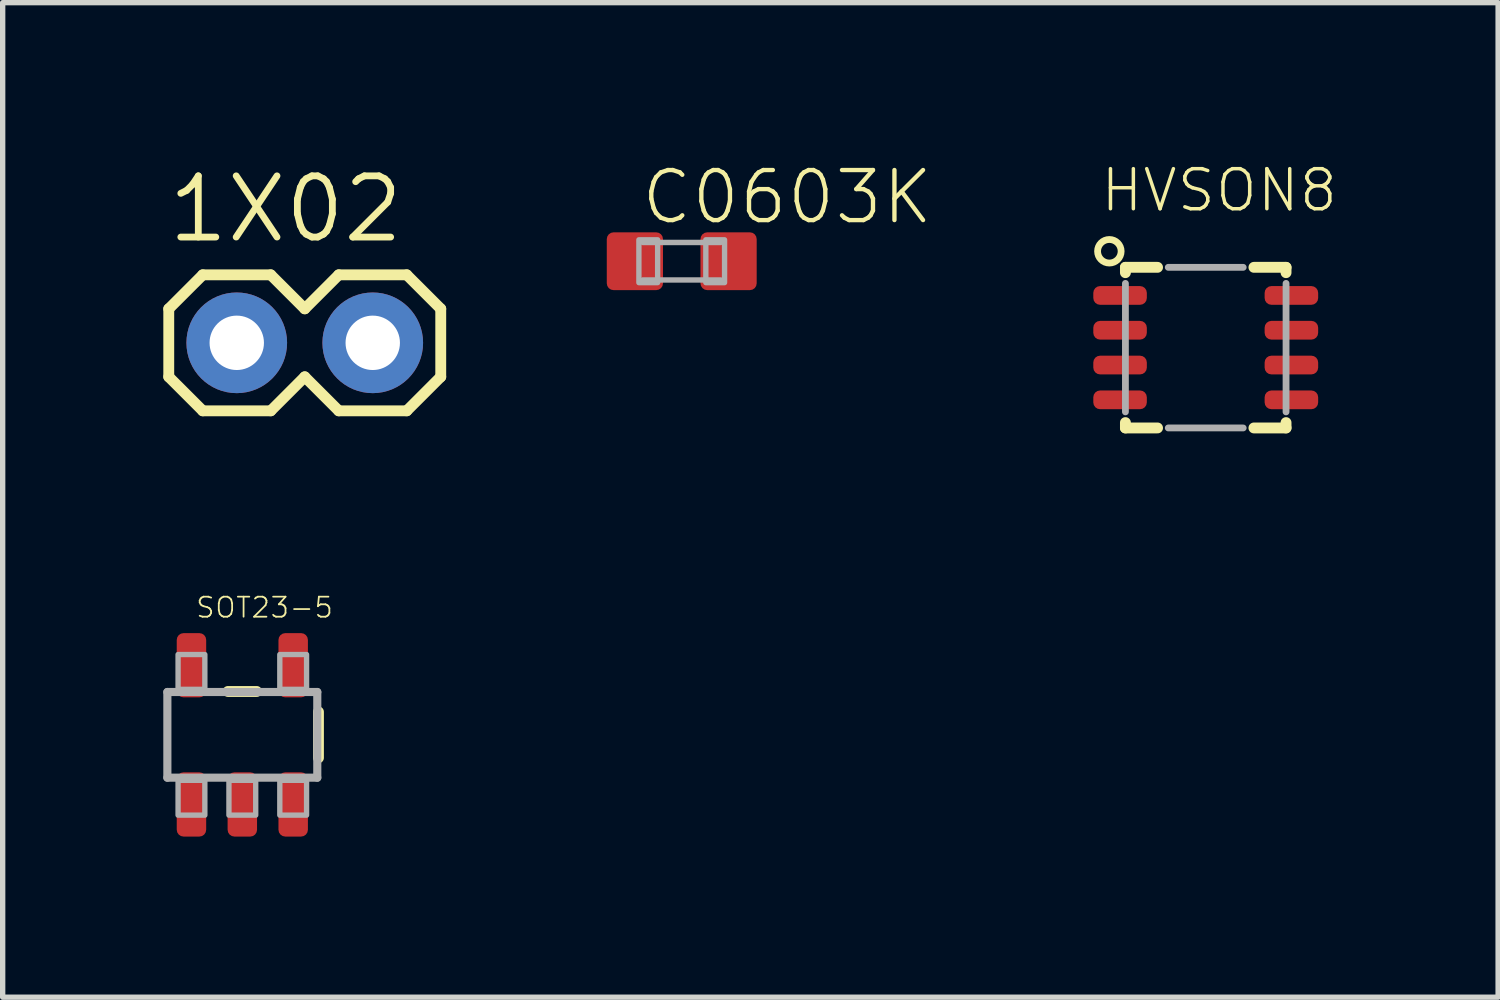
<source format=kicad_pcb>
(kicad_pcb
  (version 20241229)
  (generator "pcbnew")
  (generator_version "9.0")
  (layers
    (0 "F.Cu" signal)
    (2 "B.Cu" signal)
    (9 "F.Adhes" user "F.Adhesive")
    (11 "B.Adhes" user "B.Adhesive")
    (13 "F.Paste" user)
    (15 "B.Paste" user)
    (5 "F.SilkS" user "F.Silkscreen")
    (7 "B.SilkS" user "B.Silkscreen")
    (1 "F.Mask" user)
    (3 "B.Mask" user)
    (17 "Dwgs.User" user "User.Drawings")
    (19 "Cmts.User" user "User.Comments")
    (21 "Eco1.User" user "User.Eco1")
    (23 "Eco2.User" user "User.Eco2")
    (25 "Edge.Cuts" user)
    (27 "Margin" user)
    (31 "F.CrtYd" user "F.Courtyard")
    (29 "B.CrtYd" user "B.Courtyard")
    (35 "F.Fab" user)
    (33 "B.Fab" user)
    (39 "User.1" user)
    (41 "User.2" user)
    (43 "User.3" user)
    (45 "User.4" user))
  (footprint "SOT23-5"
    (layer "F.Cu")
    (at 1.476 10.675)
    (property "Reference" "SOT23-5" (at -0.889 -2.159 0) (layer "F.SilkS") (effects (font (size 0.374 0.374) (thickness 0.033)) (justify left bottom)))
    (fp_line (start -0.268 -0.81) (end 0.268 -0.81) (stroke (width 0.203) (type solid)) (layer "F.SilkS"))
    (fp_line (start 1.422 -0.429) (end 1.422 0.429) (stroke (width 0.203) (type solid)) (layer "F.SilkS"))
    (fp_line (start -1.4 -0.8) (end -1.4 0.8) (stroke (width 0.152) (type solid)) (layer "F.Fab"))
    (fp_line (start -1.4 -0.8) (end 1.4 -0.8) (stroke (width 0.152) (type solid)) (layer "F.Fab"))
    (fp_line (start 1.4 -0.8) (end 1.4 0.8) (stroke (width 0.152) (type solid)) (layer "F.Fab"))
    (fp_line (start 1.4 0.8) (end -1.4 0.8) (stroke (width 0.152) (type solid)) (layer "F.Fab"))
    (fp_poly (pts (xy -1.2 -0.85) (xy -0.7 -0.85) (xy -0.7 -1.5) (xy -1.2 -1.5)) (stroke (width 0.1) (type solid)) (fill no) (layer "F.Fab"))
    (fp_poly (pts (xy -1.2 1.5) (xy -0.7 1.5) (xy -0.7 0.85) (xy -1.2 0.85)) (stroke (width 0.1) (type solid)) (fill no) (layer "F.Fab"))
    (fp_poly (pts (xy -0.25 1.5) (xy 0.25 1.5) (xy 0.25 0.85) (xy -0.25 0.85)) (stroke (width 0.1) (type solid)) (fill no) (layer "F.Fab"))
    (fp_poly (pts (xy 0.7 -0.85) (xy 1.2 -0.85) (xy 1.2 -1.5) (xy 0.7 -1.5)) (stroke (width 0.1) (type solid)) (fill no) (layer "F.Fab"))
    (fp_poly (pts (xy 0.7 1.5) (xy 1.2 1.5) (xy 1.2 0.85) (xy 0.7 0.85)) (stroke (width 0.1) (type solid)) (fill no) (layer "F.Fab"))
    (pad "1" smd roundrect (at -0.95 1.3) (size 0.55 1.2) (layers "F.Cu" "F.Mask" "F.Paste") (roundrect_rratio 0.231))
    (pad "2" smd roundrect (at 0 1.3) (size 0.55 1.2) (layers "F.Cu" "F.Mask" "F.Paste") (roundrect_rratio 0.231))
    (pad "3" smd roundrect (at 0.95 1.3) (size 0.55 1.2) (layers "F.Cu" "F.Mask" "F.Paste") (roundrect_rratio 0.231))
    (pad "4" smd roundrect (at 0.95 -1.3) (size 0.55 1.2) (layers "F.Cu" "F.Mask" "F.Paste") (roundrect_rratio 0.231))
    (pad "5" smd roundrect (at -0.95 -1.3) (size 0.55 1.2) (layers "F.Cu" "F.Mask" "F.Paste") (roundrect_rratio 0.231)))
  (footprint "1X02"
    (layer "F.Cu")
    (at 1.372 3.353)
    (property "Reference" "1X02" (at -1.346 -1.829 0) (layer "F.SilkS") (effects (font (size 1.143 1.143) (thickness 0.127)) (justify left bottom)))
    (fp_line (start -1.27 -0.635) (end -1.27 0.635) (stroke (width 0.203) (type solid)) (layer "F.SilkS"))
    (fp_line (start -1.27 0.635) (end -0.635 1.27) (stroke (width 0.203) (type solid)) (layer "F.SilkS"))
    (fp_line (start -0.635 -1.27) (end -1.27 -0.635) (stroke (width 0.203) (type solid)) (layer "F.SilkS"))
    (fp_line (start -0.635 -1.27) (end 0.635 -1.27) (stroke (width 0.203) (type solid)) (layer "F.SilkS"))
    (fp_line (start 0.635 -1.27) (end 1.27 -0.635) (stroke (width 0.203) (type solid)) (layer "F.SilkS"))
    (fp_line (start 0.635 1.27) (end -0.635 1.27) (stroke (width 0.203) (type solid)) (layer "F.SilkS"))
    (fp_line (start 1.27 -0.635) (end 1.905 -1.27) (stroke (width 0.203) (type solid)) (layer "F.SilkS"))
    (fp_line (start 1.27 0.635) (end 0.635 1.27) (stroke (width 0.203) (type solid)) (layer "F.SilkS"))
    (fp_line (start 1.905 -1.27) (end 3.175 -1.27) (stroke (width 0.203) (type solid)) (layer "F.SilkS"))
    (fp_line (start 1.905 1.27) (end 1.27 0.635) (stroke (width 0.203) (type solid)) (layer "F.SilkS"))
    (fp_line (start 3.175 -1.27) (end 3.81 -0.635) (stroke (width 0.203) (type solid)) (layer "F.SilkS"))
    (fp_line (start 3.175 1.27) (end 1.905 1.27) (stroke (width 0.203) (type solid)) (layer "F.SilkS"))
    (fp_line (start 3.81 -0.635) (end 3.81 0.635) (stroke (width 0.203) (type solid)) (layer "F.SilkS"))
    (fp_line (start 3.81 0.635) (end 3.175 1.27) (stroke (width 0.203) (type solid)) (layer "F.SilkS"))
    (fp_poly (pts (xy -0.254 0.254) (xy 0.254 0.254) (xy 0.254 -0.254) (xy -0.254 -0.254)) (stroke (width 0.1) (type solid)) (fill no) (layer "F.Fab"))
    (fp_poly (pts (xy 2.286 0.254) (xy 2.794 0.254) (xy 2.794 -0.254) (xy 2.286 -0.254)) (stroke (width 0.1) (type solid)) (fill no) (layer "F.Fab"))
    (pad "1" thru_hole circle (at 0 0 90) (size 1.88 1.88) (drill 1.016) (layers "*.Cu" "*.Mask"))
    (pad "2" thru_hole circle (at 2.54 0 90) (size 1.88 1.88) (drill 1.016) (layers "*.Cu" "*.Mask")))
  (footprint "HVSON8"
    (layer "F.Cu")
    (at 19.47 3.443)
    (property "Reference" "HVSON8" (at -2 -2.5 0) (layer "F.SilkS") (effects (font (size 0.748 0.748) (thickness 0.065)) (justify left bottom)))
    (fp_poly (pts (xy -0.8 1.2) (xy 0.8 1.2) (xy 0.8 -1.2) (xy -0.8 -1.2)) (stroke (width 0) (type solid)) (fill yes) (layer "F.Mask"))
    (fp_line (start -1.5 -1.5) (end -0.9 -1.5) (stroke (width 0.203) (type solid)) (layer "F.SilkS"))
    (fp_line (start -1.5 -1.4) (end -1.5 -1.5) (stroke (width 0.203) (type solid)) (layer "F.SilkS"))
    (fp_line (start -1.5 1.5) (end -1.5 1.4) (stroke (width 0.203) (type solid)) (layer "F.SilkS"))
    (fp_line (start -1.5 1.5) (end -0.9 1.5) (stroke (width 0.203) (type solid)) (layer "F.SilkS"))
    (fp_line (start 0.9 -1.5) (end 1.5 -1.5) (stroke (width 0.203) (type solid)) (layer "F.SilkS"))
    (fp_line (start 0.9 1.5) (end 1.5 1.5) (stroke (width 0.203) (type solid)) (layer "F.SilkS"))
    (fp_line (start 1.5 -1.4) (end 1.5 -1.5) (stroke (width 0.203) (type solid)) (layer "F.SilkS"))
    (fp_line (start 1.5 1.5) (end 1.5 1.4) (stroke (width 0.203) (type solid)) (layer "F.SilkS"))
    (fp_circle (center -1.8 -1.8) (end -1.58 -1.8) (stroke (width 0.127) (type solid)) (fill no) (layer "F.SilkS"))
    (fp_poly (pts (xy -0.5 0.9) (xy 0.5 0.9) (xy 0.5 -0.9) (xy -0.5 -0.9)) (stroke (width 0) (type solid)) (fill yes) (layer "F.Paste"))
    (fp_line (start -1.5 1.2) (end -1.5 -1.2) (stroke (width 0.127) (type solid)) (layer "F.Fab"))
    (fp_line (start 0.7 -1.5) (end -0.7 -1.5) (stroke (width 0.127) (type solid)) (layer "F.Fab"))
    (fp_line (start 0.7 1.5) (end -0.7 1.5) (stroke (width 0.127) (type solid)) (layer "F.Fab"))
    (fp_line (start 1.5 1.2) (end 1.5 -1.2) (stroke (width 0.127) (type solid)) (layer "F.Fab"))
    (pad "1" smd roundrect (at -1.6 -0.975) (size 1 0.35) (layers "F.Cu" "F.Mask" "F.Paste") (roundrect_rratio 0.363))
    (pad "2" smd roundrect (at -1.6 -0.325) (size 1 0.35) (layers "F.Cu" "F.Mask" "F.Paste") (roundrect_rratio 0.363))
    (pad "3" smd roundrect (at -1.6 0.325) (size 1 0.35) (layers "F.Cu" "F.Mask" "F.Paste") (roundrect_rratio 0.363))
    (pad "4" smd roundrect (at -1.6 0.975) (size 1 0.35) (layers "F.Cu" "F.Mask" "F.Paste") (roundrect_rratio 0.363))
    (pad "5" smd roundrect (at 1.6 0.975 180) (size 1 0.35) (layers "F.Cu" "F.Mask" "F.Paste") (roundrect_rratio 0.363))
    (pad "6" smd roundrect (at 1.6 0.325 180) (size 1 0.35) (layers "F.Cu" "F.Mask" "F.Paste") (roundrect_rratio 0.363))
    (pad "7" smd roundrect (at 1.6 -0.325 180) (size 1 0.35) (layers "F.Cu" "F.Mask" "F.Paste") (roundrect_rratio 0.363))
    (pad "8" smd roundrect (at 1.6 -0.975 180) (size 1 0.35) (layers "F.Cu" "F.Mask" "F.Paste") (roundrect_rratio 0.363)))
  (footprint "C0603K"
    (layer "F.Cu")
    (at 9.683 1.829)
    (property "Reference" "C0603K" (at -0.8 -0.65 0) (layer "F.SilkS") (effects (font (size 0.935 0.935) (thickness 0.081)) (justify left bottom)))
    (fp_line (start -0.725 -0.35) (end 0.725 -0.35) (stroke (width 0.102) (type solid)) (layer "F.Fab"))
    (fp_line (start 0.725 0.35) (end -0.725 0.35) (stroke (width 0.102) (type solid)) (layer "F.Fab"))
    (fp_poly (pts (xy -0.8 0.4) (xy -0.45 0.4) (xy -0.45 -0.4) (xy -0.8 -0.4)) (stroke (width 0.1) (type solid)) (fill no) (layer "F.Fab"))
    (fp_poly (pts (xy 0.45 0.4) (xy 0.8 0.4) (xy 0.8 -0.4) (xy 0.45 -0.4)) (stroke (width 0.1) (type solid)) (fill no) (layer "F.Fab"))
    (pad "1" smd roundrect (at -0.875 0) (size 1.05 1.08) (layers "F.Cu" "F.Mask" "F.Paste") (roundrect_rratio 0.121))
    (pad "2" smd roundrect (at 0.875 0) (size 1.05 1.08) (layers "F.Cu" "F.Mask" "F.Paste") (roundrect_rratio 0.121)))
  (gr_rect
    (start -3 -3)
    (end 24.931 15.575)
    (stroke (width 0.1) (type default))
    (fill no)
    (layer "Edge.Cuts")))
</source>
